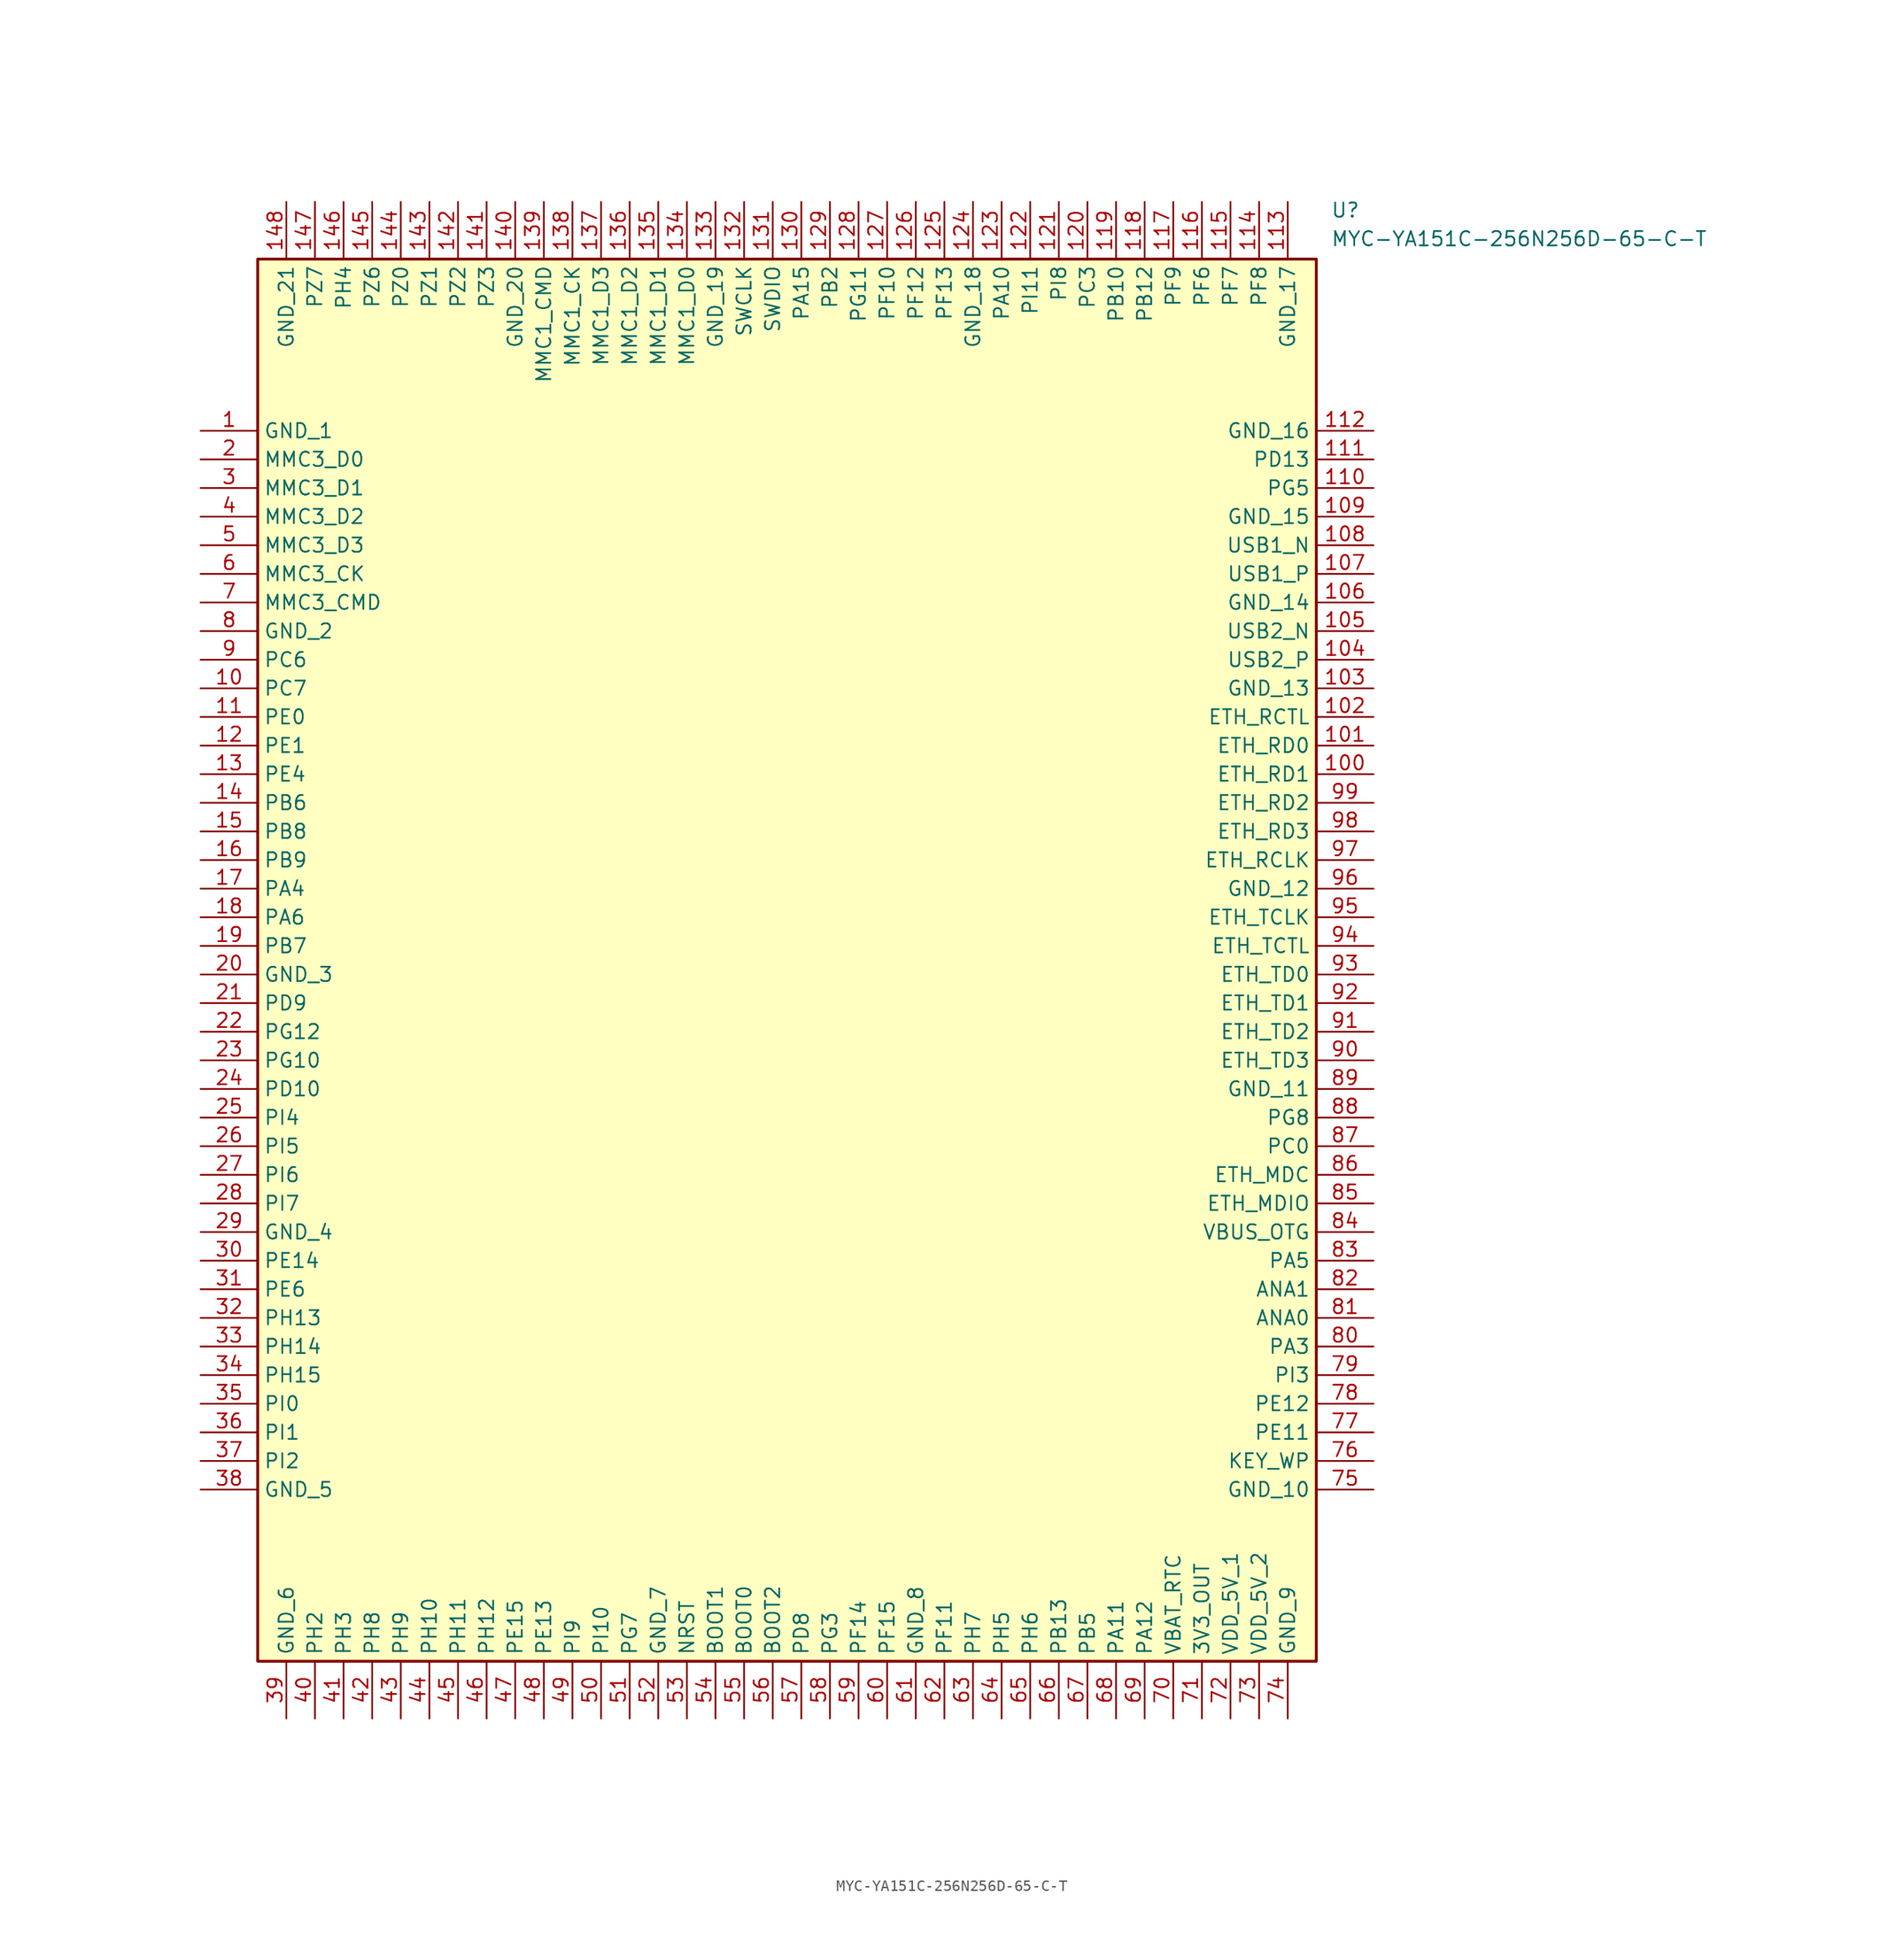
<source format=kicad_sym>
(kicad_symbol_lib
  (version 20220914)
  (generator kicad_symbol_editor)
  (symbol "MYC-YA151C-256N256D-65-C-T"
    (property "Reference" "U"
      (at 100.33 20.32 0)
      (effects (font (size 1.27 1.27)) (justify left top)))
    (property "Value" "MYC-YA151C-256N256D-65-C-T"
      (at 100.33 17.78 0)
      (effects (font (size 1.27 1.27)) (justify left top)))
    (symbol "MYC-YA151C-256N256D-65-C-T_1_1"
      (rectangle (start 5.08 15.24) (end 99.06 -109.22) (stroke (width 0.254) (type default)) (fill (type background)))
      (pin passive line (at 0 0 0) (length 5.08) (name "GND_1" (effects (font (size 1.27 1.27)))) (number "1" (effects (font (size 1.27 1.27)))))
      (pin passive line (at 0 -22.86 0) (length 5.08) (name "PC7" (effects (font (size 1.27 1.27)))) (number "10" (effects (font (size 1.27 1.27)))))
      (pin passive line (at 104.14 -30.48 180) (length 5.08) (name "ETH_RD1" (effects (font (size 1.27 1.27)))) (number "100" (effects (font (size 1.27 1.27)))))
      (pin passive line (at 104.14 -27.94 180) (length 5.08) (name "ETH_RD0" (effects (font (size 1.27 1.27)))) (number "101" (effects (font (size 1.27 1.27)))))
      (pin passive line (at 104.14 -25.4 180) (length 5.08) (name "ETH_RCTL" (effects (font (size 1.27 1.27)))) (number "102" (effects (font (size 1.27 1.27)))))
      (pin passive line (at 104.14 -22.86 180) (length 5.08) (name "GND_13" (effects (font (size 1.27 1.27)))) (number "103" (effects (font (size 1.27 1.27)))))
      (pin passive line (at 104.14 -20.32 180) (length 5.08) (name "USB2_P" (effects (font (size 1.27 1.27)))) (number "104" (effects (font (size 1.27 1.27)))))
      (pin passive line (at 104.14 -17.78 180) (length 5.08) (name "USB2_N" (effects (font (size 1.27 1.27)))) (number "105" (effects (font (size 1.27 1.27)))))
      (pin passive line (at 104.14 -15.24 180) (length 5.08) (name "GND_14" (effects (font (size 1.27 1.27)))) (number "106" (effects (font (size 1.27 1.27)))))
      (pin passive line (at 104.14 -12.7 180) (length 5.08) (name "USB1_P" (effects (font (size 1.27 1.27)))) (number "107" (effects (font (size 1.27 1.27)))))
      (pin passive line (at 104.14 -10.16 180) (length 5.08) (name "USB1_N" (effects (font (size 1.27 1.27)))) (number "108" (effects (font (size 1.27 1.27)))))
      (pin passive line (at 104.14 -7.62 180) (length 5.08) (name "GND_15" (effects (font (size 1.27 1.27)))) (number "109" (effects (font (size 1.27 1.27)))))
      (pin passive line (at 0 -25.4 0) (length 5.08) (name "PE0" (effects (font (size 1.27 1.27)))) (number "11" (effects (font (size 1.27 1.27)))))
      (pin passive line (at 104.14 -5.08 180) (length 5.08) (name "PG5" (effects (font (size 1.27 1.27)))) (number "110" (effects (font (size 1.27 1.27)))))
      (pin passive line (at 104.14 -2.54 180) (length 5.08) (name "PD13" (effects (font (size 1.27 1.27)))) (number "111" (effects (font (size 1.27 1.27)))))
      (pin passive line (at 104.14 0 180) (length 5.08) (name "GND_16" (effects (font (size 1.27 1.27)))) (number "112" (effects (font (size 1.27 1.27)))))
      (pin passive line (at 96.52 20.32 270) (length 5.08) (name "GND_17" (effects (font (size 1.27 1.27)))) (number "113" (effects (font (size 1.27 1.27)))))
      (pin passive line (at 93.98 20.32 270) (length 5.08) (name "PF8" (effects (font (size 1.27 1.27)))) (number "114" (effects (font (size 1.27 1.27)))))
      (pin passive line (at 91.44 20.32 270) (length 5.08) (name "PF7" (effects (font (size 1.27 1.27)))) (number "115" (effects (font (size 1.27 1.27)))))
      (pin passive line (at 88.9 20.32 270) (length 5.08) (name "PF6" (effects (font (size 1.27 1.27)))) (number "116" (effects (font (size 1.27 1.27)))))
      (pin passive line (at 86.36 20.32 270) (length 5.08) (name "PF9" (effects (font (size 1.27 1.27)))) (number "117" (effects (font (size 1.27 1.27)))))
      (pin passive line (at 83.82 20.32 270) (length 5.08) (name "PB12" (effects (font (size 1.27 1.27)))) (number "118" (effects (font (size 1.27 1.27)))))
      (pin passive line (at 81.28 20.32 270) (length 5.08) (name "PB10" (effects (font (size 1.27 1.27)))) (number "119" (effects (font (size 1.27 1.27)))))
      (pin passive line (at 0 -27.94 0) (length 5.08) (name "PE1" (effects (font (size 1.27 1.27)))) (number "12" (effects (font (size 1.27 1.27)))))
      (pin passive line (at 78.74 20.32 270) (length 5.08) (name "PC3" (effects (font (size 1.27 1.27)))) (number "120" (effects (font (size 1.27 1.27)))))
      (pin passive line (at 76.2 20.32 270) (length 5.08) (name "PI8" (effects (font (size 1.27 1.27)))) (number "121" (effects (font (size 1.27 1.27)))))
      (pin passive line (at 73.66 20.32 270) (length 5.08) (name "PI11" (effects (font (size 1.27 1.27)))) (number "122" (effects (font (size 1.27 1.27)))))
      (pin passive line (at 71.12 20.32 270) (length 5.08) (name "PA10" (effects (font (size 1.27 1.27)))) (number "123" (effects (font (size 1.27 1.27)))))
      (pin passive line (at 68.58 20.32 270) (length 5.08) (name "GND_18" (effects (font (size 1.27 1.27)))) (number "124" (effects (font (size 1.27 1.27)))))
      (pin passive line (at 66.04 20.32 270) (length 5.08) (name "PF13" (effects (font (size 1.27 1.27)))) (number "125" (effects (font (size 1.27 1.27)))))
      (pin passive line (at 63.5 20.32 270) (length 5.08) (name "PF12" (effects (font (size 1.27 1.27)))) (number "126" (effects (font (size 1.27 1.27)))))
      (pin passive line (at 60.96 20.32 270) (length 5.08) (name "PF10" (effects (font (size 1.27 1.27)))) (number "127" (effects (font (size 1.27 1.27)))))
      (pin passive line (at 58.42 20.32 270) (length 5.08) (name "PG11" (effects (font (size 1.27 1.27)))) (number "128" (effects (font (size 1.27 1.27)))))
      (pin passive line (at 55.88 20.32 270) (length 5.08) (name "PB2" (effects (font (size 1.27 1.27)))) (number "129" (effects (font (size 1.27 1.27)))))
      (pin passive line (at 0 -30.48 0) (length 5.08) (name "PE4" (effects (font (size 1.27 1.27)))) (number "13" (effects (font (size 1.27 1.27)))))
      (pin passive line (at 53.34 20.32 270) (length 5.08) (name "PA15" (effects (font (size 1.27 1.27)))) (number "130" (effects (font (size 1.27 1.27)))))
      (pin passive line (at 50.8 20.32 270) (length 5.08) (name "SWDIO" (effects (font (size 1.27 1.27)))) (number "131" (effects (font (size 1.27 1.27)))))
      (pin passive line (at 48.26 20.32 270) (length 5.08) (name "SWCLK" (effects (font (size 1.27 1.27)))) (number "132" (effects (font (size 1.27 1.27)))))
      (pin passive line (at 45.72 20.32 270) (length 5.08) (name "GND_19" (effects (font (size 1.27 1.27)))) (number "133" (effects (font (size 1.27 1.27)))))
      (pin passive line (at 43.18 20.32 270) (length 5.08) (name "MMC1_D0" (effects (font (size 1.27 1.27)))) (number "134" (effects (font (size 1.27 1.27)))))
      (pin passive line (at 40.64 20.32 270) (length 5.08) (name "MMC1_D1" (effects (font (size 1.27 1.27)))) (number "135" (effects (font (size 1.27 1.27)))))
      (pin passive line (at 38.1 20.32 270) (length 5.08) (name "MMC1_D2" (effects (font (size 1.27 1.27)))) (number "136" (effects (font (size 1.27 1.27)))))
      (pin passive line (at 35.56 20.32 270) (length 5.08) (name "MMC1_D3" (effects (font (size 1.27 1.27)))) (number "137" (effects (font (size 1.27 1.27)))))
      (pin passive line (at 33.02 20.32 270) (length 5.08) (name "MMC1_CK" (effects (font (size 1.27 1.27)))) (number "138" (effects (font (size 1.27 1.27)))))
      (pin passive line (at 30.48 20.32 270) (length 5.08) (name "MMC1_CMD" (effects (font (size 1.27 1.27)))) (number "139" (effects (font (size 1.27 1.27)))))
      (pin passive line (at 0 -33.02 0) (length 5.08) (name "PB6" (effects (font (size 1.27 1.27)))) (number "14" (effects (font (size 1.27 1.27)))))
      (pin passive line (at 27.94 20.32 270) (length 5.08) (name "GND_20" (effects (font (size 1.27 1.27)))) (number "140" (effects (font (size 1.27 1.27)))))
      (pin passive line (at 25.4 20.32 270) (length 5.08) (name "PZ3" (effects (font (size 1.27 1.27)))) (number "141" (effects (font (size 1.27 1.27)))))
      (pin passive line (at 22.86 20.32 270) (length 5.08) (name "PZ2" (effects (font (size 1.27 1.27)))) (number "142" (effects (font (size 1.27 1.27)))))
      (pin passive line (at 20.32 20.32 270) (length 5.08) (name "PZ1" (effects (font (size 1.27 1.27)))) (number "143" (effects (font (size 1.27 1.27)))))
      (pin passive line (at 17.78 20.32 270) (length 5.08) (name "PZ0" (effects (font (size 1.27 1.27)))) (number "144" (effects (font (size 1.27 1.27)))))
      (pin passive line (at 15.24 20.32 270) (length 5.08) (name "PZ6" (effects (font (size 1.27 1.27)))) (number "145" (effects (font (size 1.27 1.27)))))
      (pin passive line (at 12.7 20.32 270) (length 5.08) (name "PH4" (effects (font (size 1.27 1.27)))) (number "146" (effects (font (size 1.27 1.27)))))
      (pin passive line (at 10.16 20.32 270) (length 5.08) (name "PZ7" (effects (font (size 1.27 1.27)))) (number "147" (effects (font (size 1.27 1.27)))))
      (pin passive line (at 7.62 20.32 270) (length 5.08) (name "GND_21" (effects (font (size 1.27 1.27)))) (number "148" (effects (font (size 1.27 1.27)))))
      (pin passive line (at 0 -35.56 0) (length 5.08) (name "PB8" (effects (font (size 1.27 1.27)))) (number "15" (effects (font (size 1.27 1.27)))))
      (pin passive line (at 0 -38.1 0) (length 5.08) (name "PB9" (effects (font (size 1.27 1.27)))) (number "16" (effects (font (size 1.27 1.27)))))
      (pin passive line (at 0 -40.64 0) (length 5.08) (name "PA4" (effects (font (size 1.27 1.27)))) (number "17" (effects (font (size 1.27 1.27)))))
      (pin passive line (at 0 -43.18 0) (length 5.08) (name "PA6" (effects (font (size 1.27 1.27)))) (number "18" (effects (font (size 1.27 1.27)))))
      (pin passive line (at 0 -45.72 0) (length 5.08) (name "PB7" (effects (font (size 1.27 1.27)))) (number "19" (effects (font (size 1.27 1.27)))))
      (pin passive line (at 0 -2.54 0) (length 5.08) (name "MMC3_D0" (effects (font (size 1.27 1.27)))) (number "2" (effects (font (size 1.27 1.27)))))
      (pin passive line (at 0 -48.26 0) (length 5.08) (name "GND_3" (effects (font (size 1.27 1.27)))) (number "20" (effects (font (size 1.27 1.27)))))
      (pin passive line (at 0 -50.8 0) (length 5.08) (name "PD9" (effects (font (size 1.27 1.27)))) (number "21" (effects (font (size 1.27 1.27)))))
      (pin passive line (at 0 -53.34 0) (length 5.08) (name "PG12" (effects (font (size 1.27 1.27)))) (number "22" (effects (font (size 1.27 1.27)))))
      (pin passive line (at 0 -55.88 0) (length 5.08) (name "PG10" (effects (font (size 1.27 1.27)))) (number "23" (effects (font (size 1.27 1.27)))))
      (pin passive line (at 0 -58.42 0) (length 5.08) (name "PD10" (effects (font (size 1.27 1.27)))) (number "24" (effects (font (size 1.27 1.27)))))
      (pin passive line (at 0 -60.96 0) (length 5.08) (name "PI4" (effects (font (size 1.27 1.27)))) (number "25" (effects (font (size 1.27 1.27)))))
      (pin passive line (at 0 -63.5 0) (length 5.08) (name "PI5" (effects (font (size 1.27 1.27)))) (number "26" (effects (font (size 1.27 1.27)))))
      (pin passive line (at 0 -66.04 0) (length 5.08) (name "PI6" (effects (font (size 1.27 1.27)))) (number "27" (effects (font (size 1.27 1.27)))))
      (pin passive line (at 0 -68.58 0) (length 5.08) (name "PI7" (effects (font (size 1.27 1.27)))) (number "28" (effects (font (size 1.27 1.27)))))
      (pin passive line (at 0 -71.12 0) (length 5.08) (name "GND_4" (effects (font (size 1.27 1.27)))) (number "29" (effects (font (size 1.27 1.27)))))
      (pin passive line (at 0 -5.08 0) (length 5.08) (name "MMC3_D1" (effects (font (size 1.27 1.27)))) (number "3" (effects (font (size 1.27 1.27)))))
      (pin passive line (at 0 -73.66 0) (length 5.08) (name "PE14" (effects (font (size 1.27 1.27)))) (number "30" (effects (font (size 1.27 1.27)))))
      (pin passive line (at 0 -76.2 0) (length 5.08) (name "PE6" (effects (font (size 1.27 1.27)))) (number "31" (effects (font (size 1.27 1.27)))))
      (pin passive line (at 0 -78.74 0) (length 5.08) (name "PH13" (effects (font (size 1.27 1.27)))) (number "32" (effects (font (size 1.27 1.27)))))
      (pin passive line (at 0 -81.28 0) (length 5.08) (name "PH14" (effects (font (size 1.27 1.27)))) (number "33" (effects (font (size 1.27 1.27)))))
      (pin passive line (at 0 -83.82 0) (length 5.08) (name "PH15" (effects (font (size 1.27 1.27)))) (number "34" (effects (font (size 1.27 1.27)))))
      (pin passive line (at 0 -86.36 0) (length 5.08) (name "PI0" (effects (font (size 1.27 1.27)))) (number "35" (effects (font (size 1.27 1.27)))))
      (pin passive line (at 0 -88.9 0) (length 5.08) (name "PI1" (effects (font (size 1.27 1.27)))) (number "36" (effects (font (size 1.27 1.27)))))
      (pin passive line (at 0 -91.44 0) (length 5.08) (name "PI2" (effects (font (size 1.27 1.27)))) (number "37" (effects (font (size 1.27 1.27)))))
      (pin passive line (at 0 -93.98 0) (length 5.08) (name "GND_5" (effects (font (size 1.27 1.27)))) (number "38" (effects (font (size 1.27 1.27)))))
      (pin passive line (at 7.62 -114.3 90) (length 5.08) (name "GND_6" (effects (font (size 1.27 1.27)))) (number "39" (effects (font (size 1.27 1.27)))))
      (pin passive line (at 0 -7.62 0) (length 5.08) (name "MMC3_D2" (effects (font (size 1.27 1.27)))) (number "4" (effects (font (size 1.27 1.27)))))
      (pin passive line (at 10.16 -114.3 90) (length 5.08) (name "PH2" (effects (font (size 1.27 1.27)))) (number "40" (effects (font (size 1.27 1.27)))))
      (pin passive line (at 12.7 -114.3 90) (length 5.08) (name "PH3" (effects (font (size 1.27 1.27)))) (number "41" (effects (font (size 1.27 1.27)))))
      (pin passive line (at 15.24 -114.3 90) (length 5.08) (name "PH8" (effects (font (size 1.27 1.27)))) (number "42" (effects (font (size 1.27 1.27)))))
      (pin passive line (at 17.78 -114.3 90) (length 5.08) (name "PH9" (effects (font (size 1.27 1.27)))) (number "43" (effects (font (size 1.27 1.27)))))
      (pin passive line (at 20.32 -114.3 90) (length 5.08) (name "PH10" (effects (font (size 1.27 1.27)))) (number "44" (effects (font (size 1.27 1.27)))))
      (pin passive line (at 22.86 -114.3 90) (length 5.08) (name "PH11" (effects (font (size 1.27 1.27)))) (number "45" (effects (font (size 1.27 1.27)))))
      (pin passive line (at 25.4 -114.3 90) (length 5.08) (name "PH12" (effects (font (size 1.27 1.27)))) (number "46" (effects (font (size 1.27 1.27)))))
      (pin passive line (at 27.94 -114.3 90) (length 5.08) (name "PE15" (effects (font (size 1.27 1.27)))) (number "47" (effects (font (size 1.27 1.27)))))
      (pin passive line (at 30.48 -114.3 90) (length 5.08) (name "PE13" (effects (font (size 1.27 1.27)))) (number "48" (effects (font (size 1.27 1.27)))))
      (pin passive line (at 33.02 -114.3 90) (length 5.08) (name "PI9" (effects (font (size 1.27 1.27)))) (number "49" (effects (font (size 1.27 1.27)))))
      (pin passive line (at 0 -10.16 0) (length 5.08) (name "MMC3_D3" (effects (font (size 1.27 1.27)))) (number "5" (effects (font (size 1.27 1.27)))))
      (pin passive line (at 35.56 -114.3 90) (length 5.08) (name "PI10" (effects (font (size 1.27 1.27)))) (number "50" (effects (font (size 1.27 1.27)))))
      (pin passive line (at 38.1 -114.3 90) (length 5.08) (name "PG7" (effects (font (size 1.27 1.27)))) (number "51" (effects (font (size 1.27 1.27)))))
      (pin passive line (at 40.64 -114.3 90) (length 5.08) (name "GND_7" (effects (font (size 1.27 1.27)))) (number "52" (effects (font (size 1.27 1.27)))))
      (pin passive line (at 43.18 -114.3 90) (length 5.08) (name "NRST" (effects (font (size 1.27 1.27)))) (number "53" (effects (font (size 1.27 1.27)))))
      (pin passive line (at 45.72 -114.3 90) (length 5.08) (name "BOOT1" (effects (font (size 1.27 1.27)))) (number "54" (effects (font (size 1.27 1.27)))))
      (pin passive line (at 48.26 -114.3 90) (length 5.08) (name "BOOT0" (effects (font (size 1.27 1.27)))) (number "55" (effects (font (size 1.27 1.27)))))
      (pin passive line (at 50.8 -114.3 90) (length 5.08) (name "BOOT2" (effects (font (size 1.27 1.27)))) (number "56" (effects (font (size 1.27 1.27)))))
      (pin passive line (at 53.34 -114.3 90) (length 5.08) (name "PD8" (effects (font (size 1.27 1.27)))) (number "57" (effects (font (size 1.27 1.27)))))
      (pin passive line (at 55.88 -114.3 90) (length 5.08) (name "PG3" (effects (font (size 1.27 1.27)))) (number "58" (effects (font (size 1.27 1.27)))))
      (pin passive line (at 58.42 -114.3 90) (length 5.08) (name "PF14" (effects (font (size 1.27 1.27)))) (number "59" (effects (font (size 1.27 1.27)))))
      (pin passive line (at 0 -12.7 0) (length 5.08) (name "MMC3_CK" (effects (font (size 1.27 1.27)))) (number "6" (effects (font (size 1.27 1.27)))))
      (pin passive line (at 60.96 -114.3 90) (length 5.08) (name "PF15" (effects (font (size 1.27 1.27)))) (number "60" (effects (font (size 1.27 1.27)))))
      (pin passive line (at 63.5 -114.3 90) (length 5.08) (name "GND_8" (effects (font (size 1.27 1.27)))) (number "61" (effects (font (size 1.27 1.27)))))
      (pin passive line (at 66.04 -114.3 90) (length 5.08) (name "PF11" (effects (font (size 1.27 1.27)))) (number "62" (effects (font (size 1.27 1.27)))))
      (pin passive line (at 68.58 -114.3 90) (length 5.08) (name "PH7" (effects (font (size 1.27 1.27)))) (number "63" (effects (font (size 1.27 1.27)))))
      (pin passive line (at 71.12 -114.3 90) (length 5.08) (name "PH5" (effects (font (size 1.27 1.27)))) (number "64" (effects (font (size 1.27 1.27)))))
      (pin passive line (at 73.66 -114.3 90) (length 5.08) (name "PH6" (effects (font (size 1.27 1.27)))) (number "65" (effects (font (size 1.27 1.27)))))
      (pin passive line (at 76.2 -114.3 90) (length 5.08) (name "PB13" (effects (font (size 1.27 1.27)))) (number "66" (effects (font (size 1.27 1.27)))))
      (pin passive line (at 78.74 -114.3 90) (length 5.08) (name "PB5" (effects (font (size 1.27 1.27)))) (number "67" (effects (font (size 1.27 1.27)))))
      (pin passive line (at 81.28 -114.3 90) (length 5.08) (name "PA11" (effects (font (size 1.27 1.27)))) (number "68" (effects (font (size 1.27 1.27)))))
      (pin passive line (at 83.82 -114.3 90) (length 5.08) (name "PA12" (effects (font (size 1.27 1.27)))) (number "69" (effects (font (size 1.27 1.27)))))
      (pin passive line (at 0 -15.24 0) (length 5.08) (name "MMC3_CMD" (effects (font (size 1.27 1.27)))) (number "7" (effects (font (size 1.27 1.27)))))
      (pin passive line (at 86.36 -114.3 90) (length 5.08) (name "VBAT_RTC" (effects (font (size 1.27 1.27)))) (number "70" (effects (font (size 1.27 1.27)))))
      (pin passive line (at 88.9 -114.3 90) (length 5.08) (name "3V3_OUT" (effects (font (size 1.27 1.27)))) (number "71" (effects (font (size 1.27 1.27)))))
      (pin passive line (at 91.44 -114.3 90) (length 5.08) (name "VDD_5V_1" (effects (font (size 1.27 1.27)))) (number "72" (effects (font (size 1.27 1.27)))))
      (pin passive line (at 93.98 -114.3 90) (length 5.08) (name "VDD_5V_2" (effects (font (size 1.27 1.27)))) (number "73" (effects (font (size 1.27 1.27)))))
      (pin passive line (at 96.52 -114.3 90) (length 5.08) (name "GND_9" (effects (font (size 1.27 1.27)))) (number "74" (effects (font (size 1.27 1.27)))))
      (pin passive line (at 104.14 -93.98 180) (length 5.08) (name "GND_10" (effects (font (size 1.27 1.27)))) (number "75" (effects (font (size 1.27 1.27)))))
      (pin passive line (at 104.14 -91.44 180) (length 5.08) (name "KEY_WP" (effects (font (size 1.27 1.27)))) (number "76" (effects (font (size 1.27 1.27)))))
      (pin passive line (at 104.14 -88.9 180) (length 5.08) (name "PE11" (effects (font (size 1.27 1.27)))) (number "77" (effects (font (size 1.27 1.27)))))
      (pin passive line (at 104.14 -86.36 180) (length 5.08) (name "PE12" (effects (font (size 1.27 1.27)))) (number "78" (effects (font (size 1.27 1.27)))))
      (pin passive line (at 104.14 -83.82 180) (length 5.08) (name "PI3" (effects (font (size 1.27 1.27)))) (number "79" (effects (font (size 1.27 1.27)))))
      (pin passive line (at 0 -17.78 0) (length 5.08) (name "GND_2" (effects (font (size 1.27 1.27)))) (number "8" (effects (font (size 1.27 1.27)))))
      (pin passive line (at 104.14 -81.28 180) (length 5.08) (name "PA3" (effects (font (size 1.27 1.27)))) (number "80" (effects (font (size 1.27 1.27)))))
      (pin passive line (at 104.14 -78.74 180) (length 5.08) (name "ANA0" (effects (font (size 1.27 1.27)))) (number "81" (effects (font (size 1.27 1.27)))))
      (pin passive line (at 104.14 -76.2 180) (length 5.08) (name "ANA1" (effects (font (size 1.27 1.27)))) (number "82" (effects (font (size 1.27 1.27)))))
      (pin passive line (at 104.14 -73.66 180) (length 5.08) (name "PA5" (effects (font (size 1.27 1.27)))) (number "83" (effects (font (size 1.27 1.27)))))
      (pin passive line (at 104.14 -71.12 180) (length 5.08) (name "VBUS_OTG" (effects (font (size 1.27 1.27)))) (number "84" (effects (font (size 1.27 1.27)))))
      (pin passive line (at 104.14 -68.58 180) (length 5.08) (name "ETH_MDIO" (effects (font (size 1.27 1.27)))) (number "85" (effects (font (size 1.27 1.27)))))
      (pin passive line (at 104.14 -66.04 180) (length 5.08) (name "ETH_MDC" (effects (font (size 1.27 1.27)))) (number "86" (effects (font (size 1.27 1.27)))))
      (pin passive line (at 104.14 -63.5 180) (length 5.08) (name "PC0" (effects (font (size 1.27 1.27)))) (number "87" (effects (font (size 1.27 1.27)))))
      (pin passive line (at 104.14 -60.96 180) (length 5.08) (name "PG8" (effects (font (size 1.27 1.27)))) (number "88" (effects (font (size 1.27 1.27)))))
      (pin passive line (at 104.14 -58.42 180) (length 5.08) (name "GND_11" (effects (font (size 1.27 1.27)))) (number "89" (effects (font (size 1.27 1.27)))))
      (pin passive line (at 0 -20.32 0) (length 5.08) (name "PC6" (effects (font (size 1.27 1.27)))) (number "9" (effects (font (size 1.27 1.27)))))
      (pin passive line (at 104.14 -55.88 180) (length 5.08) (name "ETH_TD3" (effects (font (size 1.27 1.27)))) (number "90" (effects (font (size 1.27 1.27)))))
      (pin passive line (at 104.14 -53.34 180) (length 5.08) (name "ETH_TD2" (effects (font (size 1.27 1.27)))) (number "91" (effects (font (size 1.27 1.27)))))
      (pin passive line (at 104.14 -50.8 180) (length 5.08) (name "ETH_TD1" (effects (font (size 1.27 1.27)))) (number "92" (effects (font (size 1.27 1.27)))))
      (pin passive line (at 104.14 -48.26 180) (length 5.08) (name "ETH_TD0" (effects (font (size 1.27 1.27)))) (number "93" (effects (font (size 1.27 1.27)))))
      (pin passive line (at 104.14 -45.72 180) (length 5.08) (name "ETH_TCTL" (effects (font (size 1.27 1.27)))) (number "94" (effects (font (size 1.27 1.27)))))
      (pin passive line (at 104.14 -43.18 180) (length 5.08) (name "ETH_TCLK" (effects (font (size 1.27 1.27)))) (number "95" (effects (font (size 1.27 1.27)))))
      (pin passive line (at 104.14 -40.64 180) (length 5.08) (name "GND_12" (effects (font (size 1.27 1.27)))) (number "96" (effects (font (size 1.27 1.27)))))
      (pin passive line (at 104.14 -38.1 180) (length 5.08) (name "ETH_RCLK" (effects (font (size 1.27 1.27)))) (number "97" (effects (font (size 1.27 1.27)))))
      (pin passive line (at 104.14 -35.56 180) (length 5.08) (name "ETH_RD3" (effects (font (size 1.27 1.27)))) (number "98" (effects (font (size 1.27 1.27)))))
      (pin passive line (at 104.14 -33.02 180) (length 5.08) (name "ETH_RD2" (effects (font (size 1.27 1.27)))) (number "99" (effects (font (size 1.27 1.27))))))))
</source>
